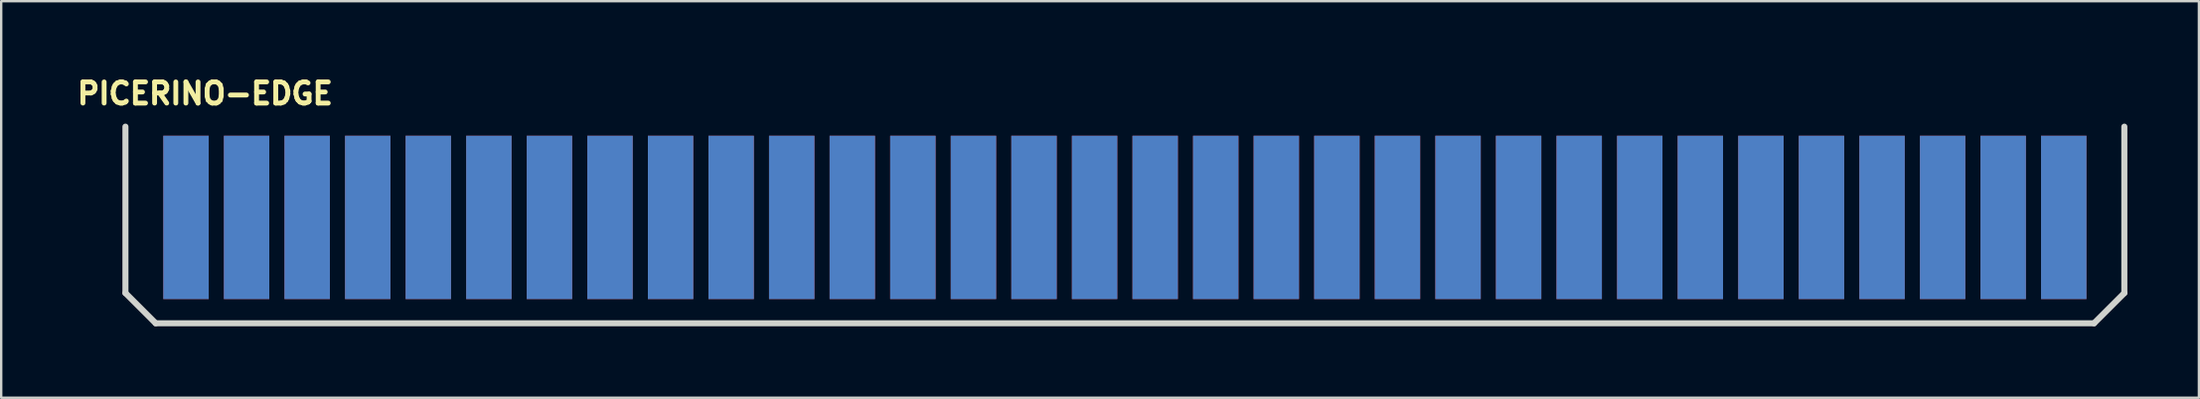
<source format=kicad_pcb>
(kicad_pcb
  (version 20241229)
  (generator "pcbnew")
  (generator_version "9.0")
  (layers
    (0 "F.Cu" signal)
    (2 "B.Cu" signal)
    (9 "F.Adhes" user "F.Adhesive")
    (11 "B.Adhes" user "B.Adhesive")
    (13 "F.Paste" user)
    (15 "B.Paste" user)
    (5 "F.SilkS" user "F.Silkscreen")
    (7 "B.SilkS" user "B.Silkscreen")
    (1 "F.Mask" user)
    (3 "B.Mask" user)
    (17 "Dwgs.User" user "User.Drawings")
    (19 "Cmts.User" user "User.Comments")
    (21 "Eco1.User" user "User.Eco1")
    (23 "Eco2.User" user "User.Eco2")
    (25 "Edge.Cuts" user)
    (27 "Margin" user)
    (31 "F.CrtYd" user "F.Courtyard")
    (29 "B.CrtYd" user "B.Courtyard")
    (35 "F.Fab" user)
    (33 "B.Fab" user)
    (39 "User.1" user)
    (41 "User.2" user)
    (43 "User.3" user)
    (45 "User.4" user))
  (footprint "PICERINO-EDGE"
    (layer "F.Cu")
    (at 4.75 6.077)
    (property "Reference" "PICERINO-EDGE" (at 0.8 -5.2 0) (layer "F.SilkS") (effects (font (size 0.889 0.889) (thickness 0.203))))
    (fp_line (start -2.54 -3.81) (end -2.54 3.175) (stroke (width 0.254) (type solid)) (layer "Edge.Cuts"))
    (fp_line (start -2.54 3.175) (end -1.27 4.445) (stroke (width 0.254) (type solid)) (layer "Edge.Cuts"))
    (fp_line (start -1.27 4.445) (end 80.01 4.445) (stroke (width 0.254) (type solid)) (layer "Edge.Cuts"))
    (fp_line (start 80.01 4.445) (end 81.28 3.175) (stroke (width 0.254) (type solid)) (layer "Edge.Cuts"))
    (fp_line (start 81.28 3.175) (end 81.28 -3.81) (stroke (width 0.254) (type solid)) (layer "Edge.Cuts"))
    (pad "A1" connect rect (at 0 0) (size 1.905 6.858) (layers "B.Cu" "B.Mask"))
    (pad "A2" connect rect (at 2.54 0) (size 1.905 6.858) (layers "B.Cu" "B.Mask"))
    (pad "A3" connect rect (at 5.08 0) (size 1.905 6.858) (layers "B.Cu" "B.Mask"))
    (pad "A4" connect rect (at 7.62 0) (size 1.905 6.858) (layers "B.Cu" "B.Mask"))
    (pad "A5" connect rect (at 10.16 0) (size 1.905 6.858) (layers "B.Cu" "B.Mask"))
    (pad "A6" connect rect (at 12.7 0) (size 1.905 6.858) (layers "B.Cu" "B.Mask"))
    (pad "A7" connect rect (at 15.24 0) (size 1.905 6.858) (layers "B.Cu" "B.Mask"))
    (pad "A8" connect rect (at 17.78 0) (size 1.905 6.858) (layers "B.Cu" "B.Mask"))
    (pad "A9" connect rect (at 20.32 0) (size 1.905 6.858) (layers "B.Cu" "B.Mask"))
    (pad "A10" connect rect (at 22.86 0) (size 1.905 6.858) (layers "B.Cu" "B.Mask"))
    (pad "A11" connect rect (at 25.4 0) (size 1.905 6.858) (layers "B.Cu" "B.Mask"))
    (pad "A12" connect rect (at 27.94 0) (size 1.905 6.858) (layers "B.Cu" "B.Mask"))
    (pad "A13" connect rect (at 30.48 0) (size 1.905 6.858) (layers "B.Cu" "B.Mask"))
    (pad "A14" connect rect (at 33.02 0) (size 1.905 6.858) (layers "B.Cu" "B.Mask"))
    (pad "A15" connect rect (at 35.56 0) (size 1.905 6.858) (layers "B.Cu" "B.Mask"))
    (pad "A16" connect rect (at 38.1 0) (size 1.905 6.858) (layers "B.Cu" "B.Mask"))
    (pad "A17" connect rect (at 40.64 0) (size 1.905 6.858) (layers "B.Cu" "B.Mask"))
    (pad "A18" connect rect (at 43.18 0) (size 1.905 6.858) (layers "B.Cu" "B.Mask"))
    (pad "A19" connect rect (at 45.72 0) (size 1.905 6.858) (layers "B.Cu" "B.Mask"))
    (pad "A20" connect rect (at 48.26 0) (size 1.905 6.858) (layers "B.Cu" "B.Mask"))
    (pad "A21" connect rect (at 50.8 0) (size 1.905 6.858) (layers "B.Cu" "B.Mask"))
    (pad "A22" connect rect (at 53.34 0) (size 1.905 6.858) (layers "B.Cu" "B.Mask"))
    (pad "A23" connect rect (at 55.88 0) (size 1.905 6.858) (layers "B.Cu" "B.Mask"))
    (pad "A24" connect rect (at 58.42 0) (size 1.905 6.858) (layers "B.Cu" "B.Mask"))
    (pad "A25" connect rect (at 60.96 0) (size 1.905 6.858) (layers "B.Cu" "B.Mask"))
    (pad "A26" connect rect (at 63.5 0) (size 1.905 6.858) (layers "B.Cu" "B.Mask"))
    (pad "A27" connect rect (at 66.04 0) (size 1.905 6.858) (layers "B.Cu" "B.Mask"))
    (pad "A28" connect rect (at 68.58 0) (size 1.905 6.858) (layers "B.Cu" "B.Mask"))
    (pad "A29" connect rect (at 71.12 0) (size 1.905 6.858) (layers "B.Cu" "B.Mask"))
    (pad "A30" connect rect (at 73.66 0) (size 1.905 6.858) (layers "B.Cu" "B.Mask"))
    (pad "A31" connect rect (at 76.2 0) (size 1.905 6.858) (layers "B.Cu" "B.Mask"))
    (pad "A32" connect rect (at 78.74 0) (size 1.905 6.858) (layers "B.Cu" "B.Mask"))
    (pad "B1" connect rect (at 0 0) (size 1.905 6.858) (layers "F.Cu" "F.Mask"))
    (pad "B2" connect rect (at 2.54 0) (size 1.905 6.858) (layers "F.Cu" "F.Mask"))
    (pad "B3" connect rect (at 5.08 0) (size 1.905 6.858) (layers "F.Cu" "F.Mask"))
    (pad "B4" connect rect (at 7.62 0) (size 1.905 6.858) (layers "F.Cu" "F.Mask"))
    (pad "B5" connect rect (at 10.16 0) (size 1.905 6.858) (layers "F.Cu" "F.Mask"))
    (pad "B6" connect rect (at 12.7 0) (size 1.905 6.858) (layers "F.Cu" "F.Mask"))
    (pad "B7" connect rect (at 15.24 0) (size 1.905 6.858) (layers "F.Cu" "F.Mask"))
    (pad "B8" connect rect (at 17.78 0) (size 1.905 6.858) (layers "F.Cu" "F.Mask"))
    (pad "B9" connect rect (at 20.32 0) (size 1.905 6.858) (layers "F.Cu" "F.Mask"))
    (pad "B10" connect rect (at 22.86 0) (size 1.905 6.858) (layers "F.Cu" "F.Mask"))
    (pad "B11" connect rect (at 25.4 0) (size 1.905 6.858) (layers "F.Cu" "F.Mask"))
    (pad "B12" connect rect (at 27.94 0) (size 1.905 6.858) (layers "F.Cu" "F.Mask"))
    (pad "B13" connect rect (at 30.48 0) (size 1.905 6.858) (layers "F.Cu" "F.Mask"))
    (pad "B14" connect rect (at 33.02 0) (size 1.905 6.858) (layers "F.Cu" "F.Mask"))
    (pad "B15" connect rect (at 35.56 0) (size 1.905 6.858) (layers "F.Cu" "F.Mask"))
    (pad "B16" connect rect (at 38.1 0) (size 1.905 6.858) (layers "F.Cu" "F.Mask"))
    (pad "B17" connect rect (at 40.64 0) (size 1.905 6.858) (layers "F.Cu" "F.Mask"))
    (pad "B18" connect rect (at 43.18 0) (size 1.905 6.858) (layers "F.Cu" "F.Mask"))
    (pad "B19" connect rect (at 45.72 0) (size 1.905 6.858) (layers "F.Cu" "F.Mask"))
    (pad "B20" connect rect (at 48.26 0) (size 1.905 6.858) (layers "F.Cu" "F.Mask"))
    (pad "B21" connect rect (at 50.8 0) (size 1.905 6.858) (layers "F.Cu" "F.Mask"))
    (pad "B22" connect rect (at 53.34 0) (size 1.905 6.858) (layers "F.Cu" "F.Mask"))
    (pad "B23" connect rect (at 55.88 0) (size 1.905 6.858) (layers "F.Cu" "F.Mask"))
    (pad "B24" connect rect (at 58.42 0) (size 1.905 6.858) (layers "F.Cu" "F.Mask"))
    (pad "B25" connect rect (at 60.96 0) (size 1.905 6.858) (layers "F.Cu" "F.Mask"))
    (pad "B26" connect rect (at 63.5 0) (size 1.905 6.858) (layers "F.Cu" "F.Mask"))
    (pad "B27" connect rect (at 66.04 0) (size 1.905 6.858) (layers "F.Cu" "F.Mask"))
    (pad "B28" connect rect (at 68.58 0) (size 1.905 6.858) (layers "F.Cu" "F.Mask"))
    (pad "B29" connect rect (at 71.12 0) (size 1.905 6.858) (layers "F.Cu" "F.Mask"))
    (pad "B30" connect rect (at 73.66 0) (size 1.905 6.858) (layers "F.Cu" "F.Mask"))
    (pad "B31" connect rect (at 76.2 0) (size 1.905 6.858) (layers "F.Cu" "F.Mask"))
    (pad "B32" connect rect (at 78.74 0) (size 1.905 6.858) (layers "F.Cu" "F.Mask")))
  (gr_rect
    (start -3 -3)
    (end 89.157 13.649)
    (stroke (width 0.1) (type default))
    (fill no)
    (layer "Edge.Cuts")))
</source>
